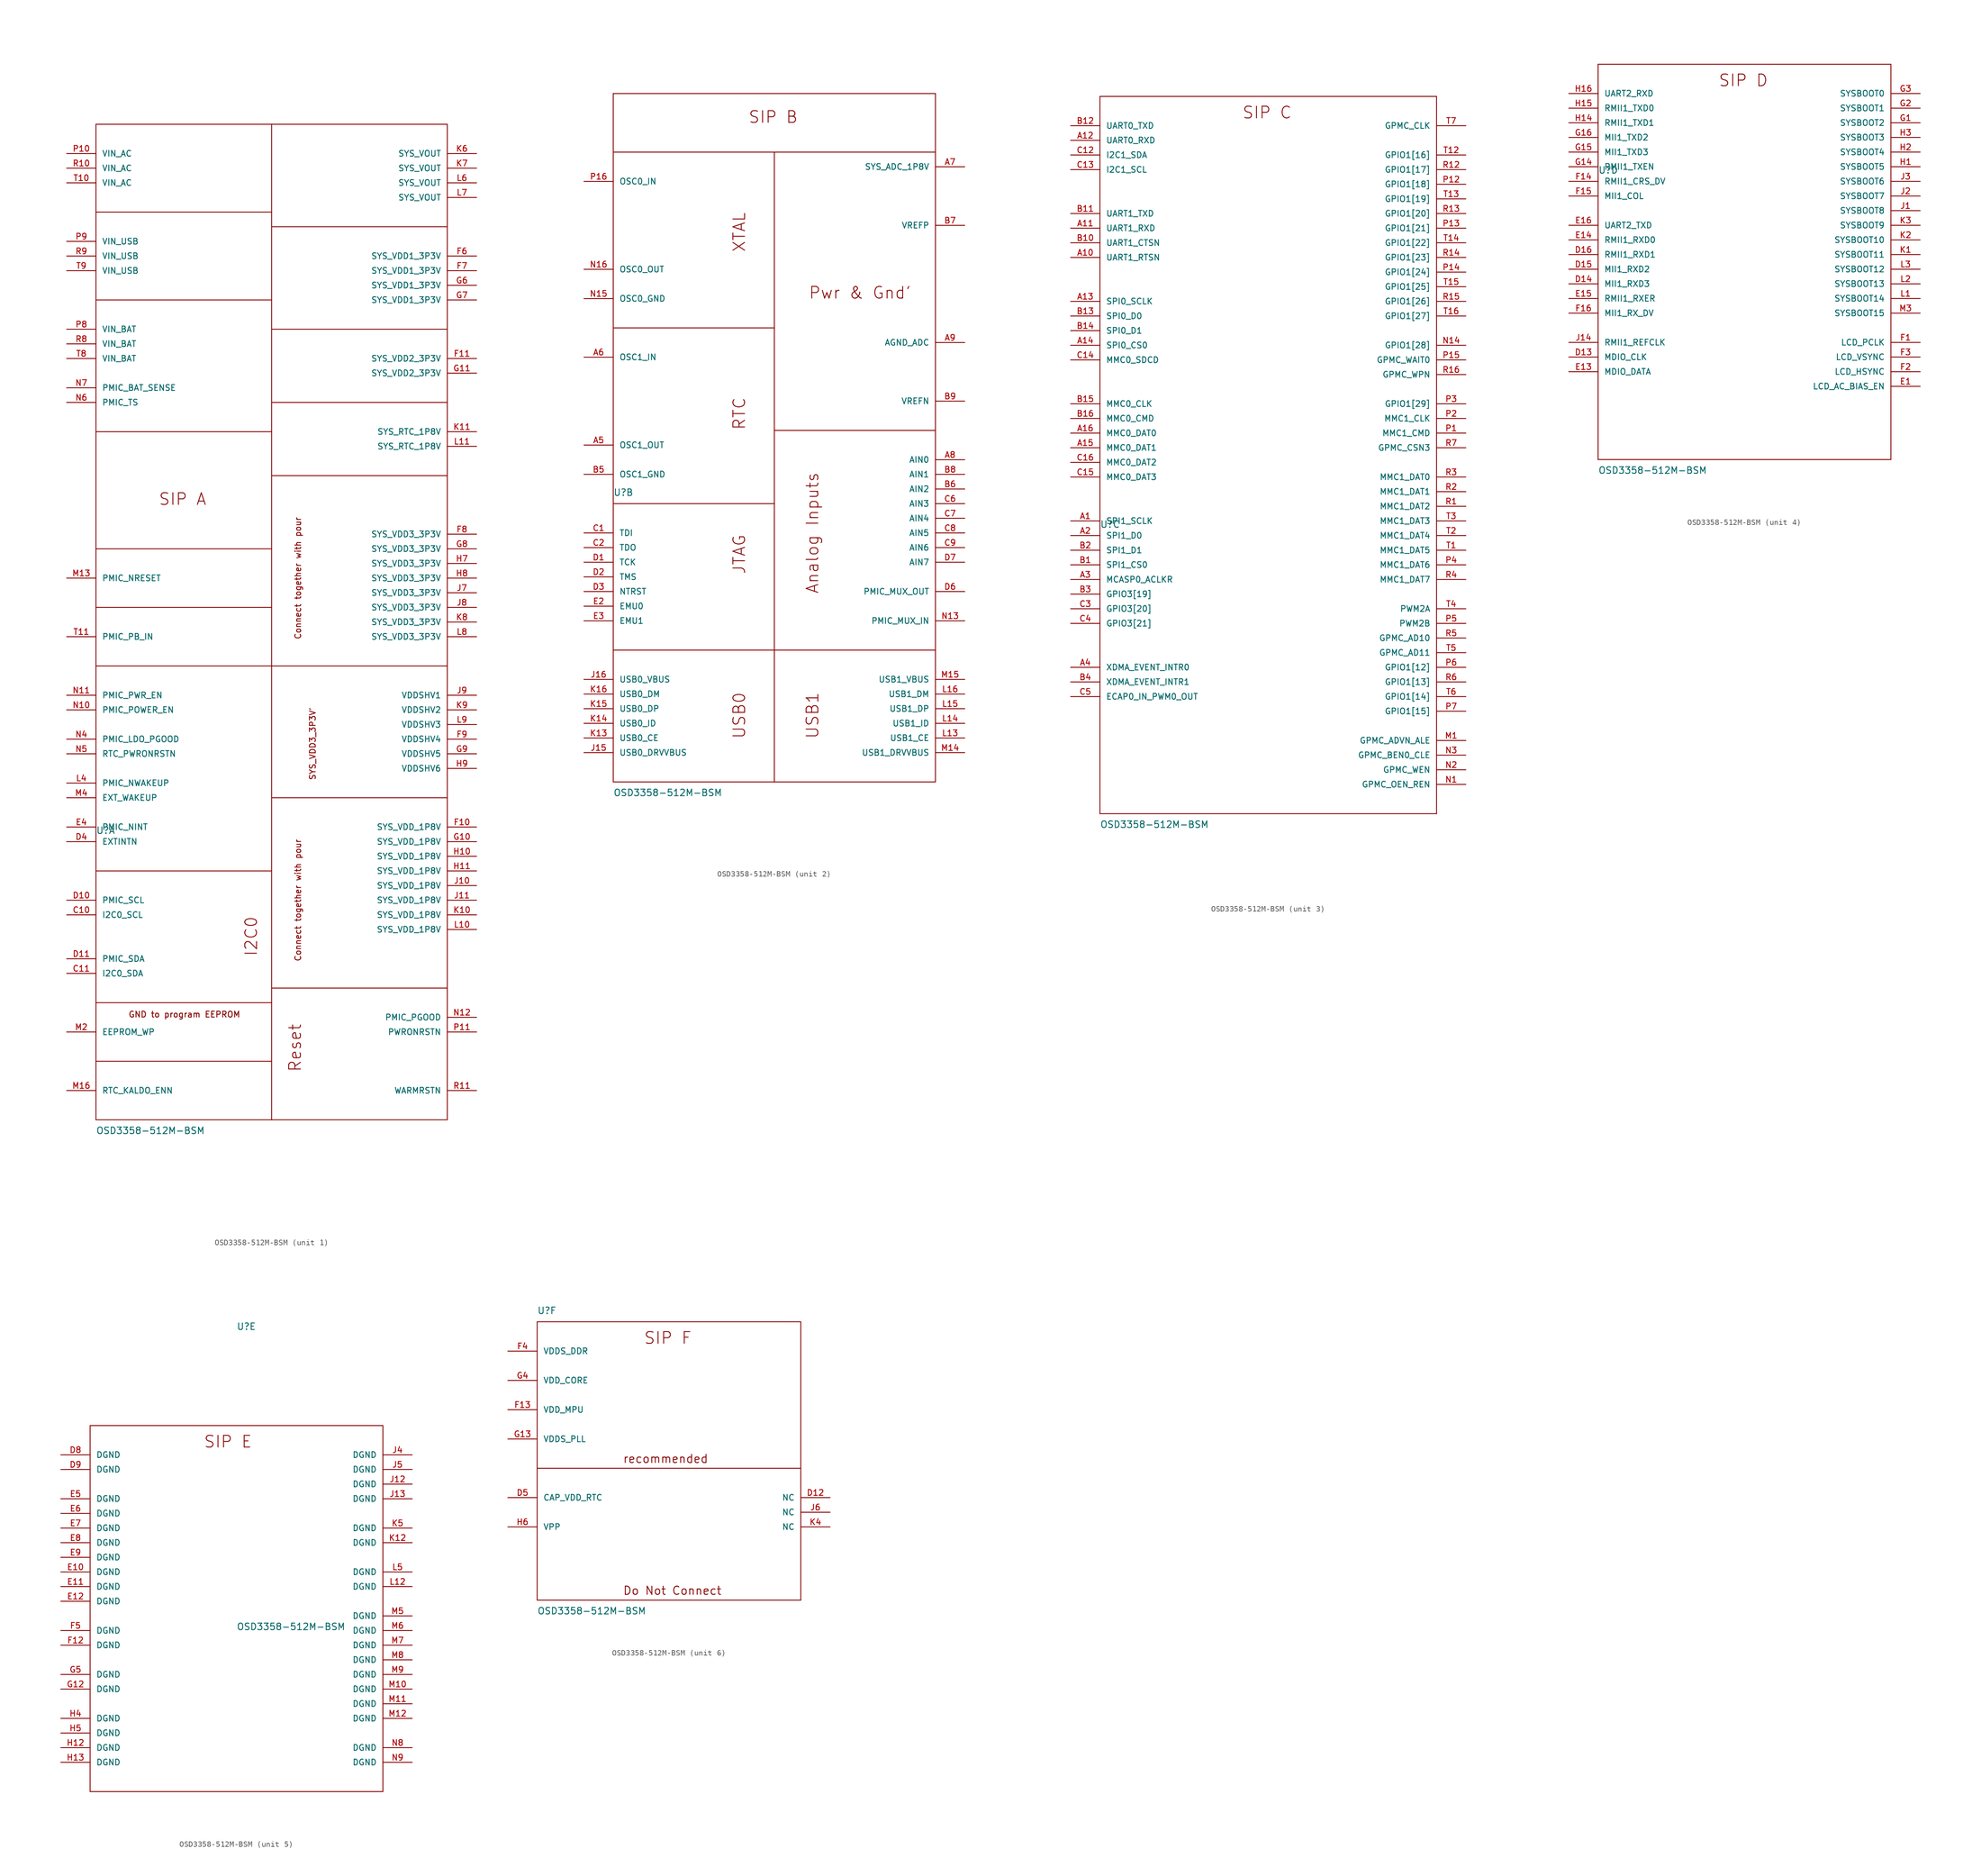
<source format=kicad_sym>
(kicad_symbol_lib
  (version 20211014)
  (generator kicad_symbol_editor)
  (symbol "OSD3358-512M-BSM"
    (pin_names
      (offset 1.016))
    (property "Reference" "U"
      (at 0 49.53 0)
      (effects (font (size 1.143 1.143)) (justify left bottom)))
    (property "Value" "OSD3358-512M-BSM"
      (at 0 -2.54 0)
      (effects (font (size 1.143 1.143)) (justify left bottom)))
    (property "ki_locked" ""
      (at 0 0 0)
      (effects (font (size 1.27 1.27))))
    (symbol "OSD3358-512M-BSM_1_0"
      (polyline (pts (xy 0 0) (xy 0 10.16)) (stroke (width 0) (type default) (color 0 0 0 0)) (fill (type none)))
      (polyline (pts (xy 0 0) (xy 30.48 0)) (stroke (width 0) (type default) (color 0 0 0 0)) (fill (type none)))
      (polyline (pts (xy 0 10.16) (xy 0 20.32)) (stroke (width 0) (type default) (color 0 0 0 0)) (fill (type none)))
      (polyline (pts (xy 0 20.32) (xy 0 43.18)) (stroke (width 0) (type default) (color 0 0 0 0)) (fill (type none)))
      (polyline (pts (xy 0 43.18) (xy 0 78.74)) (stroke (width 0) (type default) (color 0 0 0 0)) (fill (type none)))
      (polyline (pts (xy 0 78.74) (xy 0 88.9)) (stroke (width 0) (type default) (color 0 0 0 0)) (fill (type none)))
      (polyline (pts (xy 0 88.9) (xy 0 99.06)) (stroke (width 0) (type default) (color 0 0 0 0)) (fill (type none)))
      (polyline (pts (xy 0 99.06) (xy 0 119.38)) (stroke (width 0) (type default) (color 0 0 0 0)) (fill (type none)))
      (polyline (pts (xy 0 119.38) (xy 0 142.24)) (stroke (width 0) (type default) (color 0 0 0 0)) (fill (type none)))
      (polyline (pts (xy 0 142.24) (xy 0 157.48)) (stroke (width 0) (type default) (color 0 0 0 0)) (fill (type none)))
      (polyline (pts (xy 0 157.48) (xy 0 172.72)) (stroke (width 0) (type default) (color 0 0 0 0)) (fill (type none)))
      (polyline (pts (xy 0 172.72) (xy 30.48 172.72)) (stroke (width 0) (type default) (color 0 0 0 0)) (fill (type none)))
      (polyline (pts (xy 30.48 0) (xy 60.96 0)) (stroke (width 0) (type default) (color 0 0 0 0)) (fill (type none)))
      (polyline (pts (xy 30.48 10.16) (xy 0 10.16)) (stroke (width 0) (type default) (color 0 0 0 0)) (fill (type none)))
      (polyline (pts (xy 30.48 10.16) (xy 30.48 0)) (stroke (width 0) (type default) (color 0 0 0 0)) (fill (type none)))
      (polyline (pts (xy 30.48 20.32) (xy 0 20.32)) (stroke (width 0) (type default) (color 0 0 0 0)) (fill (type none)))
      (polyline (pts (xy 30.48 20.32) (xy 30.48 10.16)) (stroke (width 0) (type default) (color 0 0 0 0)) (fill (type none)))
      (polyline (pts (xy 30.48 22.86) (xy 30.48 20.32)) (stroke (width 0) (type default) (color 0 0 0 0)) (fill (type none)))
      (polyline (pts (xy 30.48 43.18) (xy 0 43.18)) (stroke (width 0) (type default) (color 0 0 0 0)) (fill (type none)))
      (polyline (pts (xy 30.48 43.18) (xy 30.48 22.86)) (stroke (width 0) (type default) (color 0 0 0 0)) (fill (type none)))
      (polyline (pts (xy 30.48 55.88) (xy 30.48 43.18)) (stroke (width 0) (type default) (color 0 0 0 0)) (fill (type none)))
      (polyline (pts (xy 30.48 78.74) (xy 0 78.74)) (stroke (width 0) (type default) (color 0 0 0 0)) (fill (type none)))
      (polyline (pts (xy 30.48 78.74) (xy 30.48 55.88)) (stroke (width 0) (type default) (color 0 0 0 0)) (fill (type none)))
      (polyline (pts (xy 30.48 88.9) (xy 0 88.9)) (stroke (width 0) (type default) (color 0 0 0 0)) (fill (type none)))
      (polyline (pts (xy 30.48 88.9) (xy 30.48 78.74)) (stroke (width 0) (type default) (color 0 0 0 0)) (fill (type none)))
      (polyline (pts (xy 30.48 99.06) (xy 0 99.06)) (stroke (width 0) (type default) (color 0 0 0 0)) (fill (type none)))
      (polyline (pts (xy 30.48 99.06) (xy 30.48 88.9)) (stroke (width 0) (type default) (color 0 0 0 0)) (fill (type none)))
      (polyline (pts (xy 30.48 111.76) (xy 30.48 99.06)) (stroke (width 0) (type default) (color 0 0 0 0)) (fill (type none)))
      (polyline (pts (xy 30.48 119.38) (xy 0 119.38)) (stroke (width 0) (type default) (color 0 0 0 0)) (fill (type none)))
      (polyline (pts (xy 30.48 119.38) (xy 30.48 111.76)) (stroke (width 0) (type default) (color 0 0 0 0)) (fill (type none)))
      (polyline (pts (xy 30.48 124.46) (xy 30.48 119.38)) (stroke (width 0) (type default) (color 0 0 0 0)) (fill (type none)))
      (polyline (pts (xy 30.48 137.16) (xy 30.48 124.46)) (stroke (width 0) (type default) (color 0 0 0 0)) (fill (type none)))
      (polyline (pts (xy 30.48 142.24) (xy 0 142.24)) (stroke (width 0) (type default) (color 0 0 0 0)) (fill (type none)))
      (polyline (pts (xy 30.48 142.24) (xy 30.48 137.16)) (stroke (width 0) (type default) (color 0 0 0 0)) (fill (type none)))
      (polyline (pts (xy 30.48 154.94) (xy 30.48 142.24)) (stroke (width 0) (type default) (color 0 0 0 0)) (fill (type none)))
      (polyline (pts (xy 30.48 157.48) (xy 0 157.48)) (stroke (width 0) (type default) (color 0 0 0 0)) (fill (type none)))
      (polyline (pts (xy 30.48 157.48) (xy 30.48 154.94)) (stroke (width 0) (type default) (color 0 0 0 0)) (fill (type none)))
      (polyline (pts (xy 30.48 172.72) (xy 30.48 157.48)) (stroke (width 0) (type default) (color 0 0 0 0)) (fill (type none)))
      (polyline (pts (xy 30.48 172.72) (xy 60.96 172.72)) (stroke (width 0) (type default) (color 0 0 0 0)) (fill (type none)))
      (polyline (pts (xy 60.96 22.86) (xy 30.48 22.86)) (stroke (width 0) (type default) (color 0 0 0 0)) (fill (type none)))
      (polyline (pts (xy 60.96 22.86) (xy 60.96 0)) (stroke (width 0) (type default) (color 0 0 0 0)) (fill (type none)))
      (polyline (pts (xy 60.96 55.88) (xy 30.48 55.88)) (stroke (width 0) (type default) (color 0 0 0 0)) (fill (type none)))
      (polyline (pts (xy 60.96 55.88) (xy 60.96 22.86)) (stroke (width 0) (type default) (color 0 0 0 0)) (fill (type none)))
      (polyline (pts (xy 60.96 78.74) (xy 30.48 78.74)) (stroke (width 0) (type default) (color 0 0 0 0)) (fill (type none)))
      (polyline (pts (xy 60.96 78.74) (xy 60.96 55.88)) (stroke (width 0) (type default) (color 0 0 0 0)) (fill (type none)))
      (polyline (pts (xy 60.96 111.76) (xy 30.48 111.76)) (stroke (width 0) (type default) (color 0 0 0 0)) (fill (type none)))
      (polyline (pts (xy 60.96 111.76) (xy 60.96 78.74)) (stroke (width 0) (type default) (color 0 0 0 0)) (fill (type none)))
      (polyline (pts (xy 60.96 124.46) (xy 30.48 124.46)) (stroke (width 0) (type default) (color 0 0 0 0)) (fill (type none)))
      (polyline (pts (xy 60.96 124.46) (xy 60.96 111.76)) (stroke (width 0) (type default) (color 0 0 0 0)) (fill (type none)))
      (polyline (pts (xy 60.96 137.16) (xy 30.48 137.16)) (stroke (width 0) (type default) (color 0 0 0 0)) (fill (type none)))
      (polyline (pts (xy 60.96 137.16) (xy 60.96 124.46)) (stroke (width 0) (type default) (color 0 0 0 0)) (fill (type none)))
      (polyline (pts (xy 60.96 154.94) (xy 30.48 154.94)) (stroke (width 0) (type default) (color 0 0 0 0)) (fill (type none)))
      (polyline (pts (xy 60.96 154.94) (xy 60.96 137.16)) (stroke (width 0) (type default) (color 0 0 0 0)) (fill (type none)))
      (polyline (pts (xy 60.96 172.72) (xy 60.96 154.94)) (stroke (width 0) (type default) (color 0 0 0 0)) (fill (type none)))
      (text "Connect together with pour" (at 35.052 38.1 900) (effects (font (size 1.016 1.016))))
      (text "Connect together with pour" (at 35.052 93.98 900) (effects (font (size 1.016 1.016))))
      (text "GND to program EEPROM" (at 15.342 18.288 0) (effects (font (size 1.016 1.016))))
      (text "I2C0" (at 26.924 31.852 900) (effects (font (size 2.032 2.032))))
      (text "Reset" (at 34.544 12.497 900) (effects (font (size 2.032 2.032))))
      (text "SIP A" (at 15.037 107.696 0) (effects (font (size 2.032 2.032))))
      (text "SYS_VDD3_3P3V'" (at 37.592 65.253 900) (effects (font (size 1.016 1.016)))))
    (symbol "OSD3358-512M-BSM_1_1"
      (pin bidirectional line (at -5.08 35.56 0) (length 5.08) (name "I2C0_SCL" (effects (font (size 1.016 1.016)))) (number "C10" (effects (font (size 1.016 1.016)))))
      (pin bidirectional line (at -5.08 25.4 0) (length 5.08) (name "I2C0_SDA" (effects (font (size 1.016 1.016)))) (number "C11" (effects (font (size 1.016 1.016)))))
      (pin bidirectional line (at -5.08 38.1 0) (length 5.08) (name "PMIC_SCL" (effects (font (size 1.016 1.016)))) (number "D10" (effects (font (size 1.016 1.016)))))
      (pin bidirectional line (at -5.08 27.94 0) (length 5.08) (name "PMIC_SDA" (effects (font (size 1.016 1.016)))) (number "D11" (effects (font (size 1.016 1.016)))))
      (pin bidirectional line (at -5.08 48.26 0) (length 5.08) (name "EXTINTN" (effects (font (size 1.016 1.016)))) (number "D4" (effects (font (size 1.016 1.016)))))
      (pin output line (at -5.08 50.8 0) (length 5.08) (name "PMIC_NINT" (effects (font (size 1.016 1.016)))) (number "E4" (effects (font (size 1.016 1.016)))))
      (pin power_in line (at 66.04 50.8 180) (length 5.08) (name "SYS_VDD_1P8V" (effects (font (size 1.016 1.016)))) (number "F10" (effects (font (size 1.016 1.016)))))
      (pin power_in line (at 66.04 132.08 180) (length 5.08) (name "SYS_VDD2_3P3V" (effects (font (size 1.016 1.016)))) (number "F11" (effects (font (size 1.016 1.016)))))
      (pin power_in line (at 66.04 149.86 180) (length 5.08) (name "SYS_VDD1_3P3V" (effects (font (size 1.016 1.016)))) (number "F6" (effects (font (size 1.016 1.016)))))
      (pin power_in line (at 66.04 147.32 180) (length 5.08) (name "SYS_VDD1_3P3V" (effects (font (size 1.016 1.016)))) (number "F7" (effects (font (size 1.016 1.016)))))
      (pin power_in line (at 66.04 101.6 180) (length 5.08) (name "SYS_VDD3_3P3V" (effects (font (size 1.016 1.016)))) (number "F8" (effects (font (size 1.016 1.016)))))
      (pin power_in line (at 66.04 66.04 180) (length 5.08) (name "VDDSHV4" (effects (font (size 1.016 1.016)))) (number "F9" (effects (font (size 1.016 1.016)))))
      (pin power_in line (at 66.04 48.26 180) (length 5.08) (name "SYS_VDD_1P8V" (effects (font (size 1.016 1.016)))) (number "G10" (effects (font (size 1.016 1.016)))))
      (pin power_in line (at 66.04 129.54 180) (length 5.08) (name "SYS_VDD2_3P3V" (effects (font (size 1.016 1.016)))) (number "G11" (effects (font (size 1.016 1.016)))))
      (pin power_in line (at 66.04 144.78 180) (length 5.08) (name "SYS_VDD1_3P3V" (effects (font (size 1.016 1.016)))) (number "G6" (effects (font (size 1.016 1.016)))))
      (pin power_in line (at 66.04 142.24 180) (length 5.08) (name "SYS_VDD1_3P3V" (effects (font (size 1.016 1.016)))) (number "G7" (effects (font (size 1.016 1.016)))))
      (pin power_in line (at 66.04 99.06 180) (length 5.08) (name "SYS_VDD3_3P3V" (effects (font (size 1.016 1.016)))) (number "G8" (effects (font (size 1.016 1.016)))))
      (pin power_in line (at 66.04 63.5 180) (length 5.08) (name "VDDSHV5" (effects (font (size 1.016 1.016)))) (number "G9" (effects (font (size 1.016 1.016)))))
      (pin power_in line (at 66.04 45.72 180) (length 5.08) (name "SYS_VDD_1P8V" (effects (font (size 1.016 1.016)))) (number "H10" (effects (font (size 1.016 1.016)))))
      (pin power_in line (at 66.04 43.18 180) (length 5.08) (name "SYS_VDD_1P8V" (effects (font (size 1.016 1.016)))) (number "H11" (effects (font (size 1.016 1.016)))))
      (pin power_in line (at 66.04 96.52 180) (length 5.08) (name "SYS_VDD3_3P3V" (effects (font (size 1.016 1.016)))) (number "H7" (effects (font (size 1.016 1.016)))))
      (pin power_in line (at 66.04 93.98 180) (length 5.08) (name "SYS_VDD3_3P3V" (effects (font (size 1.016 1.016)))) (number "H8" (effects (font (size 1.016 1.016)))))
      (pin power_in line (at 66.04 60.96 180) (length 5.08) (name "VDDSHV6" (effects (font (size 1.016 1.016)))) (number "H9" (effects (font (size 1.016 1.016)))))
      (pin power_in line (at 66.04 40.64 180) (length 5.08) (name "SYS_VDD_1P8V" (effects (font (size 1.016 1.016)))) (number "J10" (effects (font (size 1.016 1.016)))))
      (pin power_in line (at 66.04 38.1 180) (length 5.08) (name "SYS_VDD_1P8V" (effects (font (size 1.016 1.016)))) (number "J11" (effects (font (size 1.016 1.016)))))
      (pin power_in line (at 66.04 91.44 180) (length 5.08) (name "SYS_VDD3_3P3V" (effects (font (size 1.016 1.016)))) (number "J7" (effects (font (size 1.016 1.016)))))
      (pin power_in line (at 66.04 88.9 180) (length 5.08) (name "SYS_VDD3_3P3V" (effects (font (size 1.016 1.016)))) (number "J8" (effects (font (size 1.016 1.016)))))
      (pin power_in line (at 66.04 73.66 180) (length 5.08) (name "VDDSHV1" (effects (font (size 1.016 1.016)))) (number "J9" (effects (font (size 1.016 1.016)))))
      (pin power_in line (at 66.04 35.56 180) (length 5.08) (name "SYS_VDD_1P8V" (effects (font (size 1.016 1.016)))) (number "K10" (effects (font (size 1.016 1.016)))))
      (pin power_in line (at 66.04 119.38 180) (length 5.08) (name "SYS_RTC_1P8V" (effects (font (size 1.016 1.016)))) (number "K11" (effects (font (size 1.016 1.016)))))
      (pin power_in line (at 66.04 167.64 180) (length 5.08) (name "SYS_VOUT" (effects (font (size 1.016 1.016)))) (number "K6" (effects (font (size 1.016 1.016)))))
      (pin power_in line (at 66.04 165.1 180) (length 5.08) (name "SYS_VOUT" (effects (font (size 1.016 1.016)))) (number "K7" (effects (font (size 1.016 1.016)))))
      (pin power_in line (at 66.04 86.36 180) (length 5.08) (name "SYS_VDD3_3P3V" (effects (font (size 1.016 1.016)))) (number "K8" (effects (font (size 1.016 1.016)))))
      (pin power_in line (at 66.04 71.12 180) (length 5.08) (name "VDDSHV2" (effects (font (size 1.016 1.016)))) (number "K9" (effects (font (size 1.016 1.016)))))
      (pin power_in line (at 66.04 33.02 180) (length 5.08) (name "SYS_VDD_1P8V" (effects (font (size 1.016 1.016)))) (number "L10" (effects (font (size 1.016 1.016)))))
      (pin power_in line (at 66.04 116.84 180) (length 5.08) (name "SYS_RTC_1P8V" (effects (font (size 1.016 1.016)))) (number "L11" (effects (font (size 1.016 1.016)))))
      (pin output line (at -5.08 58.42 0) (length 5.08) (name "PMIC_NWAKEUP" (effects (font (size 1.016 1.016)))) (number "L4" (effects (font (size 1.016 1.016)))))
      (pin power_in line (at 66.04 162.56 180) (length 5.08) (name "SYS_VOUT" (effects (font (size 1.016 1.016)))) (number "L6" (effects (font (size 1.016 1.016)))))
      (pin power_in line (at 66.04 160.02 180) (length 5.08) (name "SYS_VOUT" (effects (font (size 1.016 1.016)))) (number "L7" (effects (font (size 1.016 1.016)))))
      (pin power_in line (at 66.04 83.82 180) (length 5.08) (name "SYS_VDD3_3P3V" (effects (font (size 1.016 1.016)))) (number "L8" (effects (font (size 1.016 1.016)))))
      (pin power_in line (at 66.04 68.58 180) (length 5.08) (name "VDDSHV3" (effects (font (size 1.016 1.016)))) (number "L9" (effects (font (size 1.016 1.016)))))
      (pin bidirectional line (at -5.08 93.98 0) (length 5.08) (name "PMIC_NRESET" (effects (font (size 1.016 1.016)))) (number "M13" (effects (font (size 1.016 1.016)))))
      (pin bidirectional line (at -5.08 5.08 0) (length 5.08) (name "RTC_KALDO_ENN" (effects (font (size 1.016 1.016)))) (number "M16" (effects (font (size 1.016 1.016)))))
      (pin bidirectional line (at -5.08 15.24 0) (length 5.08) (name "EEPROM_WP" (effects (font (size 1.016 1.016)))) (number "M2" (effects (font (size 1.016 1.016)))))
      (pin bidirectional line (at -5.08 55.88 0) (length 5.08) (name "EXT_WAKEUP" (effects (font (size 1.016 1.016)))) (number "M4" (effects (font (size 1.016 1.016)))))
      (pin output line (at -5.08 71.12 0) (length 5.08) (name "PMIC_POWER_EN" (effects (font (size 1.016 1.016)))) (number "N10" (effects (font (size 1.016 1.016)))))
      (pin input line (at -5.08 73.66 0) (length 5.08) (name "PMIC_PWR_EN" (effects (font (size 1.016 1.016)))) (number "N11" (effects (font (size 1.016 1.016)))))
      (pin output line (at 66.04 17.78 180) (length 5.08) (name "PMIC_PGOOD" (effects (font (size 1.016 1.016)))) (number "N12" (effects (font (size 1.016 1.016)))))
      (pin output line (at -5.08 66.04 0) (length 5.08) (name "PMIC_LDO_PGOOD" (effects (font (size 1.016 1.016)))) (number "N4" (effects (font (size 1.016 1.016)))))
      (pin bidirectional line (at -5.08 63.5 0) (length 5.08) (name "RTC_PWRONRSTN" (effects (font (size 1.016 1.016)))) (number "N5" (effects (font (size 1.016 1.016)))))
      (pin bidirectional line (at -5.08 124.46 0) (length 5.08) (name "PMIC_TS" (effects (font (size 1.016 1.016)))) (number "N6" (effects (font (size 1.016 1.016)))))
      (pin bidirectional line (at -5.08 127 0) (length 5.08) (name "PMIC_BAT_SENSE" (effects (font (size 1.016 1.016)))) (number "N7" (effects (font (size 1.016 1.016)))))
      (pin power_in line (at -5.08 167.64 0) (length 5.08) (name "VIN_AC" (effects (font (size 1.016 1.016)))) (number "P10" (effects (font (size 1.016 1.016)))))
      (pin bidirectional line (at 66.04 15.24 180) (length 5.08) (name "PWRONRSTN" (effects (font (size 1.016 1.016)))) (number "P11" (effects (font (size 1.016 1.016)))))
      (pin power_in line (at -5.08 137.16 0) (length 5.08) (name "VIN_BAT" (effects (font (size 1.016 1.016)))) (number "P8" (effects (font (size 1.016 1.016)))))
      (pin power_in line (at -5.08 152.4 0) (length 5.08) (name "VIN_USB" (effects (font (size 1.016 1.016)))) (number "P9" (effects (font (size 1.016 1.016)))))
      (pin power_in line (at -5.08 165.1 0) (length 5.08) (name "VIN_AC" (effects (font (size 1.016 1.016)))) (number "R10" (effects (font (size 1.016 1.016)))))
      (pin bidirectional line (at 66.04 5.08 180) (length 5.08) (name "WARMRSTN" (effects (font (size 1.016 1.016)))) (number "R11" (effects (font (size 1.016 1.016)))))
      (pin power_in line (at -5.08 134.62 0) (length 5.08) (name "VIN_BAT" (effects (font (size 1.016 1.016)))) (number "R8" (effects (font (size 1.016 1.016)))))
      (pin power_in line (at -5.08 149.86 0) (length 5.08) (name "VIN_USB" (effects (font (size 1.016 1.016)))) (number "R9" (effects (font (size 1.016 1.016)))))
      (pin power_in line (at -5.08 162.56 0) (length 5.08) (name "VIN_AC" (effects (font (size 1.016 1.016)))) (number "T10" (effects (font (size 1.016 1.016)))))
      (pin bidirectional line (at -5.08 83.82 0) (length 5.08) (name "PMIC_PB_IN" (effects (font (size 1.016 1.016)))) (number "T11" (effects (font (size 1.016 1.016)))))
      (pin power_in line (at -5.08 132.08 0) (length 5.08) (name "VIN_BAT" (effects (font (size 1.016 1.016)))) (number "T8" (effects (font (size 1.016 1.016)))))
      (pin power_in line (at -5.08 147.32 0) (length 5.08) (name "VIN_USB" (effects (font (size 1.016 1.016)))) (number "T9" (effects (font (size 1.016 1.016))))))
    (symbol "OSD3358-512M-BSM_2_0"
      (polyline (pts (xy 0 0) (xy 0 22.86)) (stroke (width 0) (type default) (color 0 0 0 0)) (fill (type none)))
      (polyline (pts (xy 0 22.86) (xy 0 48.26)) (stroke (width 0) (type default) (color 0 0 0 0)) (fill (type none)))
      (polyline (pts (xy 0 22.86) (xy 55.88 22.86)) (stroke (width 0) (type default) (color 0 0 0 0)) (fill (type none)))
      (polyline (pts (xy 0 48.26) (xy 0 78.74)) (stroke (width 0) (type default) (color 0 0 0 0)) (fill (type none)))
      (polyline (pts (xy 0 48.26) (xy 27.94 48.26)) (stroke (width 0) (type default) (color 0 0 0 0)) (fill (type none)))
      (polyline (pts (xy 0 78.74) (xy 0 109.22)) (stroke (width 0) (type default) (color 0 0 0 0)) (fill (type none)))
      (polyline (pts (xy 0 78.74) (xy 27.94 78.74)) (stroke (width 0) (type default) (color 0 0 0 0)) (fill (type none)))
      (polyline (pts (xy 0 109.22) (xy 0 119.38)) (stroke (width 0) (type default) (color 0 0 0 0)) (fill (type none)))
      (polyline (pts (xy 0 109.22) (xy 27.94 109.22)) (stroke (width 0) (type default) (color 0 0 0 0)) (fill (type none)))
      (polyline (pts (xy 0 119.38) (xy 55.88 119.38)) (stroke (width 0) (type default) (color 0 0 0 0)) (fill (type none)))
      (polyline (pts (xy 27.94 0) (xy 0 0)) (stroke (width 0) (type default) (color 0 0 0 0)) (fill (type none)))
      (polyline (pts (xy 27.94 48.26) (xy 27.94 0)) (stroke (width 0) (type default) (color 0 0 0 0)) (fill (type none)))
      (polyline (pts (xy 27.94 60.96) (xy 27.94 48.26)) (stroke (width 0) (type default) (color 0 0 0 0)) (fill (type none)))
      (polyline (pts (xy 27.94 60.96) (xy 55.88 60.96)) (stroke (width 0) (type default) (color 0 0 0 0)) (fill (type none)))
      (polyline (pts (xy 27.94 78.74) (xy 27.94 60.96)) (stroke (width 0) (type default) (color 0 0 0 0)) (fill (type none)))
      (polyline (pts (xy 27.94 109.22) (xy 27.94 78.74)) (stroke (width 0) (type default) (color 0 0 0 0)) (fill (type none)))
      (polyline (pts (xy 27.94 109.22) (xy 55.88 109.22)) (stroke (width 0) (type default) (color 0 0 0 0)) (fill (type none)))
      (polyline (pts (xy 55.88 0) (xy 27.94 0)) (stroke (width 0) (type default) (color 0 0 0 0)) (fill (type none)))
      (polyline (pts (xy 55.88 22.86) (xy 55.88 0)) (stroke (width 0) (type default) (color 0 0 0 0)) (fill (type none)))
      (polyline (pts (xy 55.88 60.96) (xy 55.88 22.86)) (stroke (width 0) (type default) (color 0 0 0 0)) (fill (type none)))
      (polyline (pts (xy 55.88 109.22) (xy 55.88 60.96)) (stroke (width 0) (type default) (color 0 0 0 0)) (fill (type none)))
      (polyline (pts (xy 55.88 119.38) (xy 55.88 109.22)) (stroke (width 0) (type default) (color 0 0 0 0)) (fill (type none)))
      (text "Analog Inputs" (at 34.544 43.18 900) (effects (font (size 2.032 2.032))))
      (text "JTAG" (at 21.844 39.472 900) (effects (font (size 2.032 2.032))))
      (text "Pwr & Gnd'" (at 42.799 84.836 0) (effects (font (size 2.032 2.032))))
      (text "RTC" (at 21.844 63.881 900) (effects (font (size 2.032 2.032))))
      (text "SIP B" (at 27.737 115.316 0) (effects (font (size 2.032 2.032))))
      (text "USB0" (at 21.844 11.532 900) (effects (font (size 2.032 2.032))))
      (text "USB1" (at 34.544 11.532 900) (effects (font (size 2.032 2.032))))
      (text "XTAL" (at 21.844 95.352 900) (effects (font (size 2.032 2.032)))))
    (symbol "OSD3358-512M-BSM_2_1"
      (pin bidirectional line (at -5.08 58.42 0) (length 5.08) (name "OSC1_OUT" (effects (font (size 1.016 1.016)))) (number "A5" (effects (font (size 1.016 1.016)))))
      (pin bidirectional line (at -5.08 73.66 0) (length 5.08) (name "OSC1_IN" (effects (font (size 1.016 1.016)))) (number "A6" (effects (font (size 1.016 1.016)))))
      (pin bidirectional line (at 60.96 106.68 180) (length 5.08) (name "SYS_ADC_1P8V" (effects (font (size 1.016 1.016)))) (number "A7" (effects (font (size 1.016 1.016)))))
      (pin bidirectional line (at 60.96 55.88 180) (length 5.08) (name "AIN0" (effects (font (size 1.016 1.016)))) (number "A8" (effects (font (size 1.016 1.016)))))
      (pin bidirectional line (at 60.96 76.2 180) (length 5.08) (name "AGND_ADC" (effects (font (size 1.016 1.016)))) (number "A9" (effects (font (size 1.016 1.016)))))
      (pin bidirectional line (at -5.08 53.34 0) (length 5.08) (name "OSC1_GND" (effects (font (size 1.016 1.016)))) (number "B5" (effects (font (size 1.016 1.016)))))
      (pin bidirectional line (at 60.96 50.8 180) (length 5.08) (name "AIN2" (effects (font (size 1.016 1.016)))) (number "B6" (effects (font (size 1.016 1.016)))))
      (pin bidirectional line (at 60.96 96.52 180) (length 5.08) (name "VREFP" (effects (font (size 1.016 1.016)))) (number "B7" (effects (font (size 1.016 1.016)))))
      (pin bidirectional line (at 60.96 53.34 180) (length 5.08) (name "AIN1" (effects (font (size 1.016 1.016)))) (number "B8" (effects (font (size 1.016 1.016)))))
      (pin bidirectional line (at 60.96 66.04 180) (length 5.08) (name "VREFN" (effects (font (size 1.016 1.016)))) (number "B9" (effects (font (size 1.016 1.016)))))
      (pin bidirectional line (at -5.08 43.18 0) (length 5.08) (name "TDI" (effects (font (size 1.016 1.016)))) (number "C1" (effects (font (size 1.016 1.016)))))
      (pin bidirectional line (at -5.08 40.64 0) (length 5.08) (name "TDO" (effects (font (size 1.016 1.016)))) (number "C2" (effects (font (size 1.016 1.016)))))
      (pin bidirectional line (at 60.96 48.26 180) (length 5.08) (name "AIN3" (effects (font (size 1.016 1.016)))) (number "C6" (effects (font (size 1.016 1.016)))))
      (pin bidirectional line (at 60.96 45.72 180) (length 5.08) (name "AIN4" (effects (font (size 1.016 1.016)))) (number "C7" (effects (font (size 1.016 1.016)))))
      (pin bidirectional line (at 60.96 43.18 180) (length 5.08) (name "AIN5" (effects (font (size 1.016 1.016)))) (number "C8" (effects (font (size 1.016 1.016)))))
      (pin bidirectional line (at 60.96 40.64 180) (length 5.08) (name "AIN6" (effects (font (size 1.016 1.016)))) (number "C9" (effects (font (size 1.016 1.016)))))
      (pin bidirectional line (at -5.08 38.1 0) (length 5.08) (name "TCK" (effects (font (size 1.016 1.016)))) (number "D1" (effects (font (size 1.016 1.016)))))
      (pin bidirectional line (at -5.08 35.56 0) (length 5.08) (name "TMS" (effects (font (size 1.016 1.016)))) (number "D2" (effects (font (size 1.016 1.016)))))
      (pin bidirectional line (at -5.08 33.02 0) (length 5.08) (name "NTRST" (effects (font (size 1.016 1.016)))) (number "D3" (effects (font (size 1.016 1.016)))))
      (pin bidirectional line (at 60.96 33.02 180) (length 5.08) (name "PMIC_MUX_OUT" (effects (font (size 1.016 1.016)))) (number "D6" (effects (font (size 1.016 1.016)))))
      (pin bidirectional line (at 60.96 38.1 180) (length 5.08) (name "AIN7" (effects (font (size 1.016 1.016)))) (number "D7" (effects (font (size 1.016 1.016)))))
      (pin bidirectional line (at -5.08 30.48 0) (length 5.08) (name "EMU0" (effects (font (size 1.016 1.016)))) (number "E2" (effects (font (size 1.016 1.016)))))
      (pin bidirectional line (at -5.08 27.94 0) (length 5.08) (name "EMU1" (effects (font (size 1.016 1.016)))) (number "E3" (effects (font (size 1.016 1.016)))))
      (pin bidirectional line (at -5.08 5.08 0) (length 5.08) (name "USB0_DRVVBUS" (effects (font (size 1.016 1.016)))) (number "J15" (effects (font (size 1.016 1.016)))))
      (pin bidirectional line (at -5.08 17.78 0) (length 5.08) (name "USB0_VBUS" (effects (font (size 1.016 1.016)))) (number "J16" (effects (font (size 1.016 1.016)))))
      (pin bidirectional line (at -5.08 7.62 0) (length 5.08) (name "USB0_CE" (effects (font (size 1.016 1.016)))) (number "K13" (effects (font (size 1.016 1.016)))))
      (pin bidirectional line (at -5.08 10.16 0) (length 5.08) (name "USB0_ID" (effects (font (size 1.016 1.016)))) (number "K14" (effects (font (size 1.016 1.016)))))
      (pin bidirectional line (at -5.08 12.7 0) (length 5.08) (name "USB0_DP" (effects (font (size 1.016 1.016)))) (number "K15" (effects (font (size 1.016 1.016)))))
      (pin bidirectional line (at -5.08 15.24 0) (length 5.08) (name "USB0_DM" (effects (font (size 1.016 1.016)))) (number "K16" (effects (font (size 1.016 1.016)))))
      (pin bidirectional line (at 60.96 7.62 180) (length 5.08) (name "USB1_CE" (effects (font (size 1.016 1.016)))) (number "L13" (effects (font (size 1.016 1.016)))))
      (pin bidirectional line (at 60.96 10.16 180) (length 5.08) (name "USB1_ID" (effects (font (size 1.016 1.016)))) (number "L14" (effects (font (size 1.016 1.016)))))
      (pin bidirectional line (at 60.96 12.7 180) (length 5.08) (name "USB1_DP" (effects (font (size 1.016 1.016)))) (number "L15" (effects (font (size 1.016 1.016)))))
      (pin bidirectional line (at 60.96 15.24 180) (length 5.08) (name "USB1_DM" (effects (font (size 1.016 1.016)))) (number "L16" (effects (font (size 1.016 1.016)))))
      (pin bidirectional line (at 60.96 5.08 180) (length 5.08) (name "USB1_DRVVBUS" (effects (font (size 1.016 1.016)))) (number "M14" (effects (font (size 1.016 1.016)))))
      (pin bidirectional line (at 60.96 17.78 180) (length 5.08) (name "USB1_VBUS" (effects (font (size 1.016 1.016)))) (number "M15" (effects (font (size 1.016 1.016)))))
      (pin bidirectional line (at 60.96 27.94 180) (length 5.08) (name "PMIC_MUX_IN" (effects (font (size 1.016 1.016)))) (number "N13" (effects (font (size 1.016 1.016)))))
      (pin bidirectional line (at -5.08 83.82 0) (length 5.08) (name "OSC0_GND" (effects (font (size 1.016 1.016)))) (number "N15" (effects (font (size 1.016 1.016)))))
      (pin bidirectional line (at -5.08 88.9 0) (length 5.08) (name "OSC0_OUT" (effects (font (size 1.016 1.016)))) (number "N16" (effects (font (size 1.016 1.016)))))
      (pin bidirectional line (at -5.08 104.14 0) (length 5.08) (name "OSC0_IN" (effects (font (size 1.016 1.016)))) (number "P16" (effects (font (size 1.016 1.016))))))
    (symbol "OSD3358-512M-BSM_3_0"
      (polyline (pts (xy 0 0) (xy 0 124.46)) (stroke (width 0) (type default) (color 0 0 0 0)) (fill (type none)))
      (polyline (pts (xy 0 124.46) (xy 58.42 124.46)) (stroke (width 0) (type default) (color 0 0 0 0)) (fill (type none)))
      (polyline (pts (xy 58.42 0) (xy 0 0)) (stroke (width 0) (type default) (color 0 0 0 0)) (fill (type none)))
      (polyline (pts (xy 58.42 124.46) (xy 58.42 0)) (stroke (width 0) (type default) (color 0 0 0 0)) (fill (type none)))
      (text "SIP C" (at 29.007 121.666 0) (effects (font (size 2.032 2.032)))))
    (symbol "OSD3358-512M-BSM_3_1"
      (pin bidirectional line (at -5.08 50.8 0) (length 5.08) (name "SPI1_SCLK" (effects (font (size 1.016 1.016)))) (number "A1" (effects (font (size 1.016 1.016)))))
      (pin bidirectional line (at -5.08 96.52 0) (length 5.08) (name "UART1_RTSN" (effects (font (size 1.016 1.016)))) (number "A10" (effects (font (size 1.016 1.016)))))
      (pin bidirectional line (at -5.08 101.6 0) (length 5.08) (name "UART1_RXD" (effects (font (size 1.016 1.016)))) (number "A11" (effects (font (size 1.016 1.016)))))
      (pin bidirectional line (at -5.08 116.84 0) (length 5.08) (name "UART0_RXD" (effects (font (size 1.016 1.016)))) (number "A12" (effects (font (size 1.016 1.016)))))
      (pin bidirectional line (at -5.08 88.9 0) (length 5.08) (name "SPI0_SCLK" (effects (font (size 1.016 1.016)))) (number "A13" (effects (font (size 1.016 1.016)))))
      (pin bidirectional line (at -5.08 81.28 0) (length 5.08) (name "SPI0_CS0" (effects (font (size 1.016 1.016)))) (number "A14" (effects (font (size 1.016 1.016)))))
      (pin bidirectional line (at -5.08 63.5 0) (length 5.08) (name "MMC0_DAT1" (effects (font (size 1.016 1.016)))) (number "A15" (effects (font (size 1.016 1.016)))))
      (pin bidirectional line (at -5.08 66.04 0) (length 5.08) (name "MMC0_DAT0" (effects (font (size 1.016 1.016)))) (number "A16" (effects (font (size 1.016 1.016)))))
      (pin bidirectional line (at -5.08 48.26 0) (length 5.08) (name "SPI1_D0" (effects (font (size 1.016 1.016)))) (number "A2" (effects (font (size 1.016 1.016)))))
      (pin bidirectional line (at -5.08 40.64 0) (length 5.08) (name "MCASP0_ACLKR" (effects (font (size 1.016 1.016)))) (number "A3" (effects (font (size 1.016 1.016)))))
      (pin bidirectional line (at -5.08 25.4 0) (length 5.08) (name "XDMA_EVENT_INTR0" (effects (font (size 1.016 1.016)))) (number "A4" (effects (font (size 1.016 1.016)))))
      (pin bidirectional line (at -5.08 43.18 0) (length 5.08) (name "SPI1_CS0" (effects (font (size 1.016 1.016)))) (number "B1" (effects (font (size 1.016 1.016)))))
      (pin bidirectional line (at -5.08 99.06 0) (length 5.08) (name "UART1_CTSN" (effects (font (size 1.016 1.016)))) (number "B10" (effects (font (size 1.016 1.016)))))
      (pin bidirectional line (at -5.08 104.14 0) (length 5.08) (name "UART1_TXD" (effects (font (size 1.016 1.016)))) (number "B11" (effects (font (size 1.016 1.016)))))
      (pin bidirectional line (at -5.08 119.38 0) (length 5.08) (name "UART0_TXD" (effects (font (size 1.016 1.016)))) (number "B12" (effects (font (size 1.016 1.016)))))
      (pin bidirectional line (at -5.08 86.36 0) (length 5.08) (name "SPI0_D0" (effects (font (size 1.016 1.016)))) (number "B13" (effects (font (size 1.016 1.016)))))
      (pin bidirectional line (at -5.08 83.82 0) (length 5.08) (name "SPI0_D1" (effects (font (size 1.016 1.016)))) (number "B14" (effects (font (size 1.016 1.016)))))
      (pin bidirectional line (at -5.08 71.12 0) (length 5.08) (name "MMC0_CLK" (effects (font (size 1.016 1.016)))) (number "B15" (effects (font (size 1.016 1.016)))))
      (pin bidirectional line (at -5.08 68.58 0) (length 5.08) (name "MMC0_CMD" (effects (font (size 1.016 1.016)))) (number "B16" (effects (font (size 1.016 1.016)))))
      (pin bidirectional line (at -5.08 45.72 0) (length 5.08) (name "SPI1_D1" (effects (font (size 1.016 1.016)))) (number "B2" (effects (font (size 1.016 1.016)))))
      (pin bidirectional line (at -5.08 38.1 0) (length 5.08) (name "GPIO3[19]" (effects (font (size 1.016 1.016)))) (number "B3" (effects (font (size 1.016 1.016)))))
      (pin bidirectional line (at -5.08 22.86 0) (length 5.08) (name "XDMA_EVENT_INTR1" (effects (font (size 1.016 1.016)))) (number "B4" (effects (font (size 1.016 1.016)))))
      (pin bidirectional line (at -5.08 114.3 0) (length 5.08) (name "I2C1_SDA" (effects (font (size 1.016 1.016)))) (number "C12" (effects (font (size 1.016 1.016)))))
      (pin bidirectional line (at -5.08 111.76 0) (length 5.08) (name "I2C1_SCL" (effects (font (size 1.016 1.016)))) (number "C13" (effects (font (size 1.016 1.016)))))
      (pin bidirectional line (at -5.08 78.74 0) (length 5.08) (name "MMC0_SDCD" (effects (font (size 1.016 1.016)))) (number "C14" (effects (font (size 1.016 1.016)))))
      (pin bidirectional line (at -5.08 58.42 0) (length 5.08) (name "MMC0_DAT3" (effects (font (size 1.016 1.016)))) (number "C15" (effects (font (size 1.016 1.016)))))
      (pin bidirectional line (at -5.08 60.96 0) (length 5.08) (name "MMC0_DAT2" (effects (font (size 1.016 1.016)))) (number "C16" (effects (font (size 1.016 1.016)))))
      (pin bidirectional line (at -5.08 35.56 0) (length 5.08) (name "GPIO3[20]" (effects (font (size 1.016 1.016)))) (number "C3" (effects (font (size 1.016 1.016)))))
      (pin bidirectional line (at -5.08 33.02 0) (length 5.08) (name "GPIO3[21]" (effects (font (size 1.016 1.016)))) (number "C4" (effects (font (size 1.016 1.016)))))
      (pin bidirectional line (at -5.08 20.32 0) (length 5.08) (name "ECAP0_IN_PWM0_OUT" (effects (font (size 1.016 1.016)))) (number "C5" (effects (font (size 1.016 1.016)))))
      (pin bidirectional line (at 63.5 12.7 180) (length 5.08) (name "GPMC_ADVN_ALE" (effects (font (size 1.016 1.016)))) (number "M1" (effects (font (size 1.016 1.016)))))
      (pin bidirectional line (at 63.5 5.08 180) (length 5.08) (name "GPMC_OEN_REN" (effects (font (size 1.016 1.016)))) (number "N1" (effects (font (size 1.016 1.016)))))
      (pin bidirectional line (at 63.5 81.28 180) (length 5.08) (name "GPIO1[28]" (effects (font (size 1.016 1.016)))) (number "N14" (effects (font (size 1.016 1.016)))))
      (pin bidirectional line (at 63.5 7.62 180) (length 5.08) (name "GPMC_WEN" (effects (font (size 1.016 1.016)))) (number "N2" (effects (font (size 1.016 1.016)))))
      (pin bidirectional line (at 63.5 10.16 180) (length 5.08) (name "GPMC_BEN0_CLE" (effects (font (size 1.016 1.016)))) (number "N3" (effects (font (size 1.016 1.016)))))
      (pin bidirectional line (at 63.5 66.04 180) (length 5.08) (name "MMC1_CMD" (effects (font (size 1.016 1.016)))) (number "P1" (effects (font (size 1.016 1.016)))))
      (pin bidirectional line (at 63.5 109.22 180) (length 5.08) (name "GPIO1[18]" (effects (font (size 1.016 1.016)))) (number "P12" (effects (font (size 1.016 1.016)))))
      (pin bidirectional line (at 63.5 101.6 180) (length 5.08) (name "GPIO1[21]" (effects (font (size 1.016 1.016)))) (number "P13" (effects (font (size 1.016 1.016)))))
      (pin bidirectional line (at 63.5 93.98 180) (length 5.08) (name "GPIO1[24]" (effects (font (size 1.016 1.016)))) (number "P14" (effects (font (size 1.016 1.016)))))
      (pin bidirectional line (at 63.5 78.74 180) (length 5.08) (name "GPMC_WAIT0" (effects (font (size 1.016 1.016)))) (number "P15" (effects (font (size 1.016 1.016)))))
      (pin bidirectional line (at 63.5 68.58 180) (length 5.08) (name "MMC1_CLK" (effects (font (size 1.016 1.016)))) (number "P2" (effects (font (size 1.016 1.016)))))
      (pin bidirectional line (at 63.5 71.12 180) (length 5.08) (name "GPIO1[29]" (effects (font (size 1.016 1.016)))) (number "P3" (effects (font (size 1.016 1.016)))))
      (pin bidirectional line (at 63.5 43.18 180) (length 5.08) (name "MMC1_DAT6" (effects (font (size 1.016 1.016)))) (number "P4" (effects (font (size 1.016 1.016)))))
      (pin bidirectional line (at 63.5 33.02 180) (length 5.08) (name "PWM2B" (effects (font (size 1.016 1.016)))) (number "P5" (effects (font (size 1.016 1.016)))))
      (pin bidirectional line (at 63.5 25.4 180) (length 5.08) (name "GPIO1[12]" (effects (font (size 1.016 1.016)))) (number "P6" (effects (font (size 1.016 1.016)))))
      (pin bidirectional line (at 63.5 17.78 180) (length 5.08) (name "GPIO1[15]" (effects (font (size 1.016 1.016)))) (number "P7" (effects (font (size 1.016 1.016)))))
      (pin bidirectional line (at 63.5 53.34 180) (length 5.08) (name "MMC1_DAT2" (effects (font (size 1.016 1.016)))) (number "R1" (effects (font (size 1.016 1.016)))))
      (pin bidirectional line (at 63.5 111.76 180) (length 5.08) (name "GPIO1[17]" (effects (font (size 1.016 1.016)))) (number "R12" (effects (font (size 1.016 1.016)))))
      (pin bidirectional line (at 63.5 104.14 180) (length 5.08) (name "GPIO1[20]" (effects (font (size 1.016 1.016)))) (number "R13" (effects (font (size 1.016 1.016)))))
      (pin bidirectional line (at 63.5 96.52 180) (length 5.08) (name "GPIO1[23]" (effects (font (size 1.016 1.016)))) (number "R14" (effects (font (size 1.016 1.016)))))
      (pin bidirectional line (at 63.5 88.9 180) (length 5.08) (name "GPIO1[26]" (effects (font (size 1.016 1.016)))) (number "R15" (effects (font (size 1.016 1.016)))))
      (pin bidirectional line (at 63.5 76.2 180) (length 5.08) (name "GPMC_WPN" (effects (font (size 1.016 1.016)))) (number "R16" (effects (font (size 1.016 1.016)))))
      (pin bidirectional line (at 63.5 55.88 180) (length 5.08) (name "MMC1_DAT1" (effects (font (size 1.016 1.016)))) (number "R2" (effects (font (size 1.016 1.016)))))
      (pin bidirectional line (at 63.5 58.42 180) (length 5.08) (name "MMC1_DAT0" (effects (font (size 1.016 1.016)))) (number "R3" (effects (font (size 1.016 1.016)))))
      (pin bidirectional line (at 63.5 40.64 180) (length 5.08) (name "MMC1_DAT7" (effects (font (size 1.016 1.016)))) (number "R4" (effects (font (size 1.016 1.016)))))
      (pin bidirectional line (at 63.5 30.48 180) (length 5.08) (name "GPMC_AD10" (effects (font (size 1.016 1.016)))) (number "R5" (effects (font (size 1.016 1.016)))))
      (pin bidirectional line (at 63.5 22.86 180) (length 5.08) (name "GPIO1[13]" (effects (font (size 1.016 1.016)))) (number "R6" (effects (font (size 1.016 1.016)))))
      (pin bidirectional line (at 63.5 63.5 180) (length 5.08) (name "GPMC_CSN3" (effects (font (size 1.016 1.016)))) (number "R7" (effects (font (size 1.016 1.016)))))
      (pin bidirectional line (at 63.5 45.72 180) (length 5.08) (name "MMC1_DAT5" (effects (font (size 1.016 1.016)))) (number "T1" (effects (font (size 1.016 1.016)))))
      (pin bidirectional line (at 63.5 114.3 180) (length 5.08) (name "GPIO1[16]" (effects (font (size 1.016 1.016)))) (number "T12" (effects (font (size 1.016 1.016)))))
      (pin bidirectional line (at 63.5 106.68 180) (length 5.08) (name "GPIO1[19]" (effects (font (size 1.016 1.016)))) (number "T13" (effects (font (size 1.016 1.016)))))
      (pin bidirectional line (at 63.5 99.06 180) (length 5.08) (name "GPIO1[22]" (effects (font (size 1.016 1.016)))) (number "T14" (effects (font (size 1.016 1.016)))))
      (pin bidirectional line (at 63.5 91.44 180) (length 5.08) (name "GPIO1[25]" (effects (font (size 1.016 1.016)))) (number "T15" (effects (font (size 1.016 1.016)))))
      (pin bidirectional line (at 63.5 86.36 180) (length 5.08) (name "GPIO1[27]" (effects (font (size 1.016 1.016)))) (number "T16" (effects (font (size 1.016 1.016)))))
      (pin bidirectional line (at 63.5 48.26 180) (length 5.08) (name "MMC1_DAT4" (effects (font (size 1.016 1.016)))) (number "T2" (effects (font (size 1.016 1.016)))))
      (pin bidirectional line (at 63.5 50.8 180) (length 5.08) (name "MMC1_DAT3" (effects (font (size 1.016 1.016)))) (number "T3" (effects (font (size 1.016 1.016)))))
      (pin bidirectional line (at 63.5 35.56 180) (length 5.08) (name "PWM2A" (effects (font (size 1.016 1.016)))) (number "T4" (effects (font (size 1.016 1.016)))))
      (pin bidirectional line (at 63.5 27.94 180) (length 5.08) (name "GPMC_AD11" (effects (font (size 1.016 1.016)))) (number "T5" (effects (font (size 1.016 1.016)))))
      (pin bidirectional line (at 63.5 20.32 180) (length 5.08) (name "GPIO1[14]" (effects (font (size 1.016 1.016)))) (number "T6" (effects (font (size 1.016 1.016)))))
      (pin bidirectional line (at 63.5 119.38 180) (length 5.08) (name "GPMC_CLK" (effects (font (size 1.016 1.016)))) (number "T7" (effects (font (size 1.016 1.016))))))
    (symbol "OSD3358-512M-BSM_4_0"
      (polyline (pts (xy 0 0) (xy 0 68.58)) (stroke (width 0) (type default) (color 0 0 0 0)) (fill (type none)))
      (polyline (pts (xy 0 68.58) (xy 50.8 68.58)) (stroke (width 0) (type default) (color 0 0 0 0)) (fill (type none)))
      (polyline (pts (xy 50.8 0) (xy 0 0)) (stroke (width 0) (type default) (color 0 0 0 0)) (fill (type none)))
      (polyline (pts (xy 50.8 68.58) (xy 50.8 0)) (stroke (width 0) (type default) (color 0 0 0 0)) (fill (type none)))
      (text "SIP D" (at 25.197 65.786 0) (effects (font (size 2.032 2.032)))))
    (symbol "OSD3358-512M-BSM_4_1"
      (pin bidirectional line (at -5.08 17.78 0) (length 5.08) (name "MDIO_CLK" (effects (font (size 1.016 1.016)))) (number "D13" (effects (font (size 1.016 1.016)))))
      (pin bidirectional line (at -5.08 30.48 0) (length 5.08) (name "MII1_RXD3" (effects (font (size 1.016 1.016)))) (number "D14" (effects (font (size 1.016 1.016)))))
      (pin bidirectional line (at -5.08 33.02 0) (length 5.08) (name "MII1_RXD2" (effects (font (size 1.016 1.016)))) (number "D15" (effects (font (size 1.016 1.016)))))
      (pin bidirectional line (at -5.08 35.56 0) (length 5.08) (name "RMII1_RXD1" (effects (font (size 1.016 1.016)))) (number "D16" (effects (font (size 1.016 1.016)))))
      (pin bidirectional line (at 55.88 12.7 180) (length 5.08) (name "LCD_AC_BIAS_EN" (effects (font (size 1.016 1.016)))) (number "E1" (effects (font (size 1.016 1.016)))))
      (pin bidirectional line (at -5.08 15.24 0) (length 5.08) (name "MDIO_DATA" (effects (font (size 1.016 1.016)))) (number "E13" (effects (font (size 1.016 1.016)))))
      (pin bidirectional line (at -5.08 38.1 0) (length 5.08) (name "RMII1_RXD0" (effects (font (size 1.016 1.016)))) (number "E14" (effects (font (size 1.016 1.016)))))
      (pin bidirectional line (at -5.08 27.94 0) (length 5.08) (name "RMII1_RXER" (effects (font (size 1.016 1.016)))) (number "E15" (effects (font (size 1.016 1.016)))))
      (pin bidirectional line (at -5.08 40.64 0) (length 5.08) (name "UART2_TXD" (effects (font (size 1.016 1.016)))) (number "E16" (effects (font (size 1.016 1.016)))))
      (pin bidirectional line (at 55.88 20.32 180) (length 5.08) (name "LCD_PCLK" (effects (font (size 1.016 1.016)))) (number "F1" (effects (font (size 1.016 1.016)))))
      (pin bidirectional line (at -5.08 48.26 0) (length 5.08) (name "RMII1_CRS_DV" (effects (font (size 1.016 1.016)))) (number "F14" (effects (font (size 1.016 1.016)))))
      (pin bidirectional line (at -5.08 45.72 0) (length 5.08) (name "MII1_COL" (effects (font (size 1.016 1.016)))) (number "F15" (effects (font (size 1.016 1.016)))))
      (pin bidirectional line (at -5.08 25.4 0) (length 5.08) (name "MII1_RX_DV" (effects (font (size 1.016 1.016)))) (number "F16" (effects (font (size 1.016 1.016)))))
      (pin bidirectional line (at 55.88 15.24 180) (length 5.08) (name "LCD_HSYNC" (effects (font (size 1.016 1.016)))) (number "F2" (effects (font (size 1.016 1.016)))))
      (pin bidirectional line (at 55.88 17.78 180) (length 5.08) (name "LCD_VSYNC" (effects (font (size 1.016 1.016)))) (number "F3" (effects (font (size 1.016 1.016)))))
      (pin bidirectional line (at 55.88 58.42 180) (length 5.08) (name "SYSBOOT2" (effects (font (size 1.016 1.016)))) (number "G1" (effects (font (size 1.016 1.016)))))
      (pin bidirectional line (at -5.08 50.8 0) (length 5.08) (name "RMII1_TXEN" (effects (font (size 1.016 1.016)))) (number "G14" (effects (font (size 1.016 1.016)))))
      (pin bidirectional line (at -5.08 53.34 0) (length 5.08) (name "MII1_TXD3" (effects (font (size 1.016 1.016)))) (number "G15" (effects (font (size 1.016 1.016)))))
      (pin bidirectional line (at -5.08 55.88 0) (length 5.08) (name "MII1_TXD2" (effects (font (size 1.016 1.016)))) (number "G16" (effects (font (size 1.016 1.016)))))
      (pin bidirectional line (at 55.88 60.96 180) (length 5.08) (name "SYSBOOT1" (effects (font (size 1.016 1.016)))) (number "G2" (effects (font (size 1.016 1.016)))))
      (pin bidirectional line (at 55.88 63.5 180) (length 5.08) (name "SYSBOOT0" (effects (font (size 1.016 1.016)))) (number "G3" (effects (font (size 1.016 1.016)))))
      (pin bidirectional line (at 55.88 50.8 180) (length 5.08) (name "SYSBOOT5" (effects (font (size 1.016 1.016)))) (number "H1" (effects (font (size 1.016 1.016)))))
      (pin bidirectional line (at -5.08 58.42 0) (length 5.08) (name "RMII1_TXD1" (effects (font (size 1.016 1.016)))) (number "H14" (effects (font (size 1.016 1.016)))))
      (pin bidirectional line (at -5.08 60.96 0) (length 5.08) (name "RMII1_TXD0" (effects (font (size 1.016 1.016)))) (number "H15" (effects (font (size 1.016 1.016)))))
      (pin bidirectional line (at -5.08 63.5 0) (length 5.08) (name "UART2_RXD" (effects (font (size 1.016 1.016)))) (number "H16" (effects (font (size 1.016 1.016)))))
      (pin bidirectional line (at 55.88 53.34 180) (length 5.08) (name "SYSBOOT4" (effects (font (size 1.016 1.016)))) (number "H2" (effects (font (size 1.016 1.016)))))
      (pin bidirectional line (at 55.88 55.88 180) (length 5.08) (name "SYSBOOT3" (effects (font (size 1.016 1.016)))) (number "H3" (effects (font (size 1.016 1.016)))))
      (pin bidirectional line (at 55.88 43.18 180) (length 5.08) (name "SYSBOOT8" (effects (font (size 1.016 1.016)))) (number "J1" (effects (font (size 1.016 1.016)))))
      (pin bidirectional line (at -5.08 20.32 0) (length 5.08) (name "RMII1_REFCLK" (effects (font (size 1.016 1.016)))) (number "J14" (effects (font (size 1.016 1.016)))))
      (pin bidirectional line (at 55.88 45.72 180) (length 5.08) (name "SYSBOOT7" (effects (font (size 1.016 1.016)))) (number "J2" (effects (font (size 1.016 1.016)))))
      (pin bidirectional line (at 55.88 48.26 180) (length 5.08) (name "SYSBOOT6" (effects (font (size 1.016 1.016)))) (number "J3" (effects (font (size 1.016 1.016)))))
      (pin bidirectional line (at 55.88 35.56 180) (length 5.08) (name "SYSBOOT11" (effects (font (size 1.016 1.016)))) (number "K1" (effects (font (size 1.016 1.016)))))
      (pin bidirectional line (at 55.88 38.1 180) (length 5.08) (name "SYSBOOT10" (effects (font (size 1.016 1.016)))) (number "K2" (effects (font (size 1.016 1.016)))))
      (pin bidirectional line (at 55.88 40.64 180) (length 5.08) (name "SYSBOOT9" (effects (font (size 1.016 1.016)))) (number "K3" (effects (font (size 1.016 1.016)))))
      (pin bidirectional line (at 55.88 27.94 180) (length 5.08) (name "SYSBOOT14" (effects (font (size 1.016 1.016)))) (number "L1" (effects (font (size 1.016 1.016)))))
      (pin bidirectional line (at 55.88 30.48 180) (length 5.08) (name "SYSBOOT13" (effects (font (size 1.016 1.016)))) (number "L2" (effects (font (size 1.016 1.016)))))
      (pin bidirectional line (at 55.88 33.02 180) (length 5.08) (name "SYSBOOT12" (effects (font (size 1.016 1.016)))) (number "L3" (effects (font (size 1.016 1.016)))))
      (pin bidirectional line (at 55.88 25.4 180) (length 5.08) (name "SYSBOOT15" (effects (font (size 1.016 1.016)))) (number "M3" (effects (font (size 1.016 1.016))))))
    (symbol "OSD3358-512M-BSM_5_0"
      (polyline (pts (xy -25.4 -30.48) (xy -25.4 33.02)) (stroke (width 0) (type default) (color 0 0 0 0)) (fill (type none)))
      (polyline (pts (xy -25.4 33.02) (xy 25.4 33.02)) (stroke (width 0) (type default) (color 0 0 0 0)) (fill (type none)))
      (polyline (pts (xy 25.4 -30.48) (xy -25.4 -30.48)) (stroke (width 0) (type default) (color 0 0 0 0)) (fill (type none)))
      (polyline (pts (xy 25.4 33.02) (xy 25.4 -30.48)) (stroke (width 0) (type default) (color 0 0 0 0)) (fill (type none)))
      (text "SIP E" (at -1.473 30.226 0) (effects (font (size 2.032 2.032)))))
    (symbol "OSD3358-512M-BSM_5_1"
      (pin bidirectional line (at -30.48 27.94 0) (length 5.08) (name "DGND" (effects (font (size 1.016 1.016)))) (number "D8" (effects (font (size 1.016 1.016)))))
      (pin bidirectional line (at -30.48 25.4 0) (length 5.08) (name "DGND" (effects (font (size 1.016 1.016)))) (number "D9" (effects (font (size 1.016 1.016)))))
      (pin bidirectional line (at -30.48 7.62 0) (length 5.08) (name "DGND" (effects (font (size 1.016 1.016)))) (number "E10" (effects (font (size 1.016 1.016)))))
      (pin bidirectional line (at -30.48 5.08 0) (length 5.08) (name "DGND" (effects (font (size 1.016 1.016)))) (number "E11" (effects (font (size 1.016 1.016)))))
      (pin bidirectional line (at -30.48 2.54 0) (length 5.08) (name "DGND" (effects (font (size 1.016 1.016)))) (number "E12" (effects (font (size 1.016 1.016)))))
      (pin bidirectional line (at -30.48 20.32 0) (length 5.08) (name "DGND" (effects (font (size 1.016 1.016)))) (number "E5" (effects (font (size 1.016 1.016)))))
      (pin bidirectional line (at -30.48 17.78 0) (length 5.08) (name "DGND" (effects (font (size 1.016 1.016)))) (number "E6" (effects (font (size 1.016 1.016)))))
      (pin bidirectional line (at -30.48 15.24 0) (length 5.08) (name "DGND" (effects (font (size 1.016 1.016)))) (number "E7" (effects (font (size 1.016 1.016)))))
      (pin bidirectional line (at -30.48 12.7 0) (length 5.08) (name "DGND" (effects (font (size 1.016 1.016)))) (number "E8" (effects (font (size 1.016 1.016)))))
      (pin bidirectional line (at -30.48 10.16 0) (length 5.08) (name "DGND" (effects (font (size 1.016 1.016)))) (number "E9" (effects (font (size 1.016 1.016)))))
      (pin bidirectional line (at -30.48 -5.08 0) (length 5.08) (name "DGND" (effects (font (size 1.016 1.016)))) (number "F12" (effects (font (size 1.016 1.016)))))
      (pin bidirectional line (at -30.48 -2.54 0) (length 5.08) (name "DGND" (effects (font (size 1.016 1.016)))) (number "F5" (effects (font (size 1.016 1.016)))))
      (pin bidirectional line (at -30.48 -12.7 0) (length 5.08) (name "DGND" (effects (font (size 1.016 1.016)))) (number "G12" (effects (font (size 1.016 1.016)))))
      (pin bidirectional line (at -30.48 -10.16 0) (length 5.08) (name "DGND" (effects (font (size 1.016 1.016)))) (number "G5" (effects (font (size 1.016 1.016)))))
      (pin bidirectional line (at -30.48 -22.86 0) (length 5.08) (name "DGND" (effects (font (size 1.016 1.016)))) (number "H12" (effects (font (size 1.016 1.016)))))
      (pin bidirectional line (at -30.48 -25.4 0) (length 5.08) (name "DGND" (effects (font (size 1.016 1.016)))) (number "H13" (effects (font (size 1.016 1.016)))))
      (pin bidirectional line (at -30.48 -17.78 0) (length 5.08) (name "DGND" (effects (font (size 1.016 1.016)))) (number "H4" (effects (font (size 1.016 1.016)))))
      (pin bidirectional line (at -30.48 -20.32 0) (length 5.08) (name "DGND" (effects (font (size 1.016 1.016)))) (number "H5" (effects (font (size 1.016 1.016)))))
      (pin bidirectional line (at 30.48 22.86 180) (length 5.08) (name "DGND" (effects (font (size 1.016 1.016)))) (number "J12" (effects (font (size 1.016 1.016)))))
      (pin bidirectional line (at 30.48 20.32 180) (length 5.08) (name "DGND" (effects (font (size 1.016 1.016)))) (number "J13" (effects (font (size 1.016 1.016)))))
      (pin bidirectional line (at 30.48 27.94 180) (length 5.08) (name "DGND" (effects (font (size 1.016 1.016)))) (number "J4" (effects (font (size 1.016 1.016)))))
      (pin bidirectional line (at 30.48 25.4 180) (length 5.08) (name "DGND" (effects (font (size 1.016 1.016)))) (number "J5" (effects (font (size 1.016 1.016)))))
      (pin bidirectional line (at 30.48 12.7 180) (length 5.08) (name "DGND" (effects (font (size 1.016 1.016)))) (number "K12" (effects (font (size 1.016 1.016)))))
      (pin bidirectional line (at 30.48 15.24 180) (length 5.08) (name "DGND" (effects (font (size 1.016 1.016)))) (number "K5" (effects (font (size 1.016 1.016)))))
      (pin bidirectional line (at 30.48 5.08 180) (length 5.08) (name "DGND" (effects (font (size 1.016 1.016)))) (number "L12" (effects (font (size 1.016 1.016)))))
      (pin bidirectional line (at 30.48 7.62 180) (length 5.08) (name "DGND" (effects (font (size 1.016 1.016)))) (number "L5" (effects (font (size 1.016 1.016)))))
      (pin bidirectional line (at 30.48 -12.7 180) (length 5.08) (name "DGND" (effects (font (size 1.016 1.016)))) (number "M10" (effects (font (size 1.016 1.016)))))
      (pin bidirectional line (at 30.48 -15.24 180) (length 5.08) (name "DGND" (effects (font (size 1.016 1.016)))) (number "M11" (effects (font (size 1.016 1.016)))))
      (pin bidirectional line (at 30.48 -17.78 180) (length 5.08) (name "DGND" (effects (font (size 1.016 1.016)))) (number "M12" (effects (font (size 1.016 1.016)))))
      (pin bidirectional line (at 30.48 0 180) (length 5.08) (name "DGND" (effects (font (size 1.016 1.016)))) (number "M5" (effects (font (size 1.016 1.016)))))
      (pin bidirectional line (at 30.48 -2.54 180) (length 5.08) (name "DGND" (effects (font (size 1.016 1.016)))) (number "M6" (effects (font (size 1.016 1.016)))))
      (pin bidirectional line (at 30.48 -5.08 180) (length 5.08) (name "DGND" (effects (font (size 1.016 1.016)))) (number "M7" (effects (font (size 1.016 1.016)))))
      (pin bidirectional line (at 30.48 -7.62 180) (length 5.08) (name "DGND" (effects (font (size 1.016 1.016)))) (number "M8" (effects (font (size 1.016 1.016)))))
      (pin bidirectional line (at 30.48 -10.16 180) (length 5.08) (name "DGND" (effects (font (size 1.016 1.016)))) (number "M9" (effects (font (size 1.016 1.016)))))
      (pin bidirectional line (at 30.48 -22.86 180) (length 5.08) (name "DGND" (effects (font (size 1.016 1.016)))) (number "N8" (effects (font (size 1.016 1.016)))))
      (pin bidirectional line (at 30.48 -25.4 180) (length 5.08) (name "DGND" (effects (font (size 1.016 1.016)))) (number "N9" (effects (font (size 1.016 1.016))))))
    (symbol "OSD3358-512M-BSM_6_0"
      (polyline (pts (xy 0 0) (xy 0 22.86)) (stroke (width 0) (type default) (color 0 0 0 0)) (fill (type none)))
      (polyline (pts (xy 0 22.86) (xy 0 48.26)) (stroke (width 0) (type default) (color 0 0 0 0)) (fill (type none)))
      (polyline (pts (xy 0 22.86) (xy 45.72 22.86)) (stroke (width 0) (type default) (color 0 0 0 0)) (fill (type none)))
      (polyline (pts (xy 0 48.26) (xy 45.72 48.26)) (stroke (width 0) (type default) (color 0 0 0 0)) (fill (type none)))
      (polyline (pts (xy 45.72 0) (xy 0 0)) (stroke (width 0) (type default) (color 0 0 0 0)) (fill (type none)))
      (polyline (pts (xy 45.72 22.86) (xy 45.72 0)) (stroke (width 0) (type default) (color 0 0 0 0)) (fill (type none)))
      (polyline (pts (xy 45.72 48.26) (xy 45.72 22.86)) (stroke (width 0) (type default) (color 0 0 0 0)) (fill (type none)))
      (text "Do Not Connect" (at 23.444 1.651 0) (effects (font (size 1.422 1.422))))
      (text "recommended" (at 22.276 24.511 0) (effects (font (size 1.422 1.422))))
      (text "SIP F" (at 22.657 45.466 0) (effects (font (size 2.032 2.032)))))
    (symbol "OSD3358-512M-BSM_6_1"
      (pin bidirectional line (at 50.8 17.78 180) (length 5.08) (name "NC" (effects (font (size 1.016 1.016)))) (number "D12" (effects (font (size 1.016 1.016)))))
      (pin bidirectional line (at -5.08 17.78 0) (length 5.08) (name "CAP_VDD_RTC" (effects (font (size 1.016 1.016)))) (number "D5" (effects (font (size 1.016 1.016)))))
      (pin bidirectional line (at -5.08 33.02 0) (length 5.08) (name "VDD_MPU" (effects (font (size 1.016 1.016)))) (number "F13" (effects (font (size 1.016 1.016)))))
      (pin bidirectional line (at -5.08 43.18 0) (length 5.08) (name "VDDS_DDR" (effects (font (size 1.016 1.016)))) (number "F4" (effects (font (size 1.016 1.016)))))
      (pin bidirectional line (at -5.08 27.94 0) (length 5.08) (name "VDDS_PLL" (effects (font (size 1.016 1.016)))) (number "G13" (effects (font (size 1.016 1.016)))))
      (pin bidirectional line (at -5.08 38.1 0) (length 5.08) (name "VDD_CORE" (effects (font (size 1.016 1.016)))) (number "G4" (effects (font (size 1.016 1.016)))))
      (pin bidirectional line (at -5.08 12.7 0) (length 5.08) (name "VPP" (effects (font (size 1.016 1.016)))) (number "H6" (effects (font (size 1.016 1.016)))))
      (pin bidirectional line (at 50.8 15.24 180) (length 5.08) (name "NC" (effects (font (size 1.016 1.016)))) (number "J6" (effects (font (size 1.016 1.016)))))
      (pin bidirectional line (at 50.8 12.7 180) (length 5.08) (name "NC" (effects (font (size 1.016 1.016)))) (number "K4" (effects (font (size 1.016 1.016))))))))
</source>
